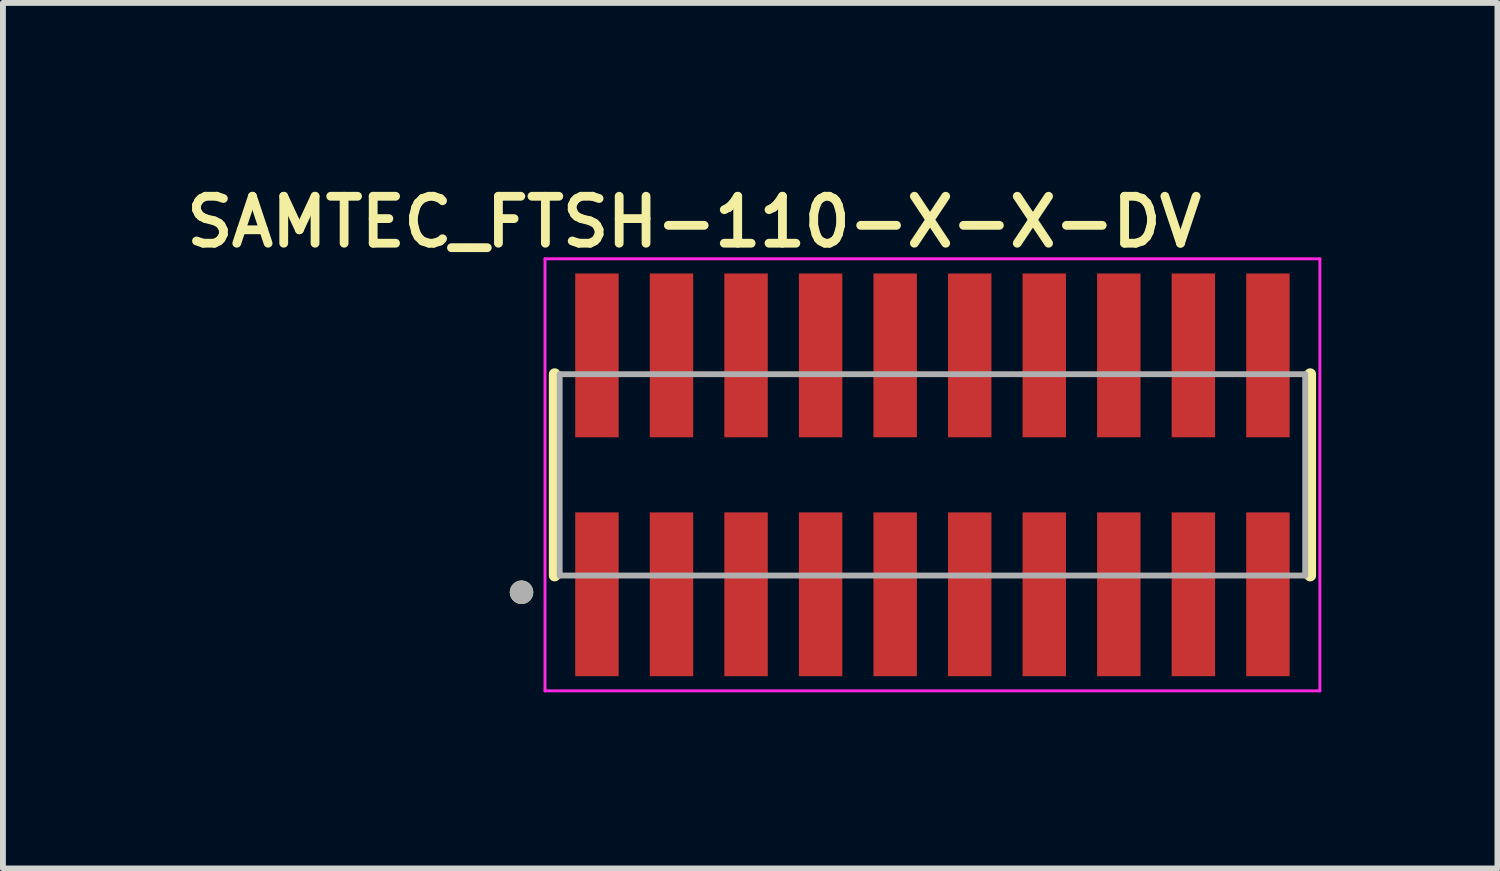
<source format=kicad_pcb>
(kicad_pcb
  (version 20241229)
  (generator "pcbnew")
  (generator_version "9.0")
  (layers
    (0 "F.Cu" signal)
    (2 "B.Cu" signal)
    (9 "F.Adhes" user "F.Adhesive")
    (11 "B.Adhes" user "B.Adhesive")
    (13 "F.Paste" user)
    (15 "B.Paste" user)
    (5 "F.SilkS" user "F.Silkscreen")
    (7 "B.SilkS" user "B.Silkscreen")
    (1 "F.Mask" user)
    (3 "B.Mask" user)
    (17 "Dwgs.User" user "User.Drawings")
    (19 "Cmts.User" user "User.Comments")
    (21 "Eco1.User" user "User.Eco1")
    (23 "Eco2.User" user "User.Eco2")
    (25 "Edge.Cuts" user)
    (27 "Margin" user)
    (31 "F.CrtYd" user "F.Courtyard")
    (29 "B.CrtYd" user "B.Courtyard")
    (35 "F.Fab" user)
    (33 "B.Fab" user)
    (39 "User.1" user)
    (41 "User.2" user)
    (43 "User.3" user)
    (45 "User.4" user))
  (footprint "SAMTEC_FTSH-110-X-X-DV"
    (layer "F.Cu")
    (at 12.834 5.039)
    (property "Reference" "SAMTEC_FTSH-110-X-X-DV" (at -4.06 -4.308 0) (layer "F.SilkS") (effects (font (size 0.8 0.8) (thickness 0.15))))
    (attr smd)
    (fp_line (start -6.435 -1.715) (end -6.435 1.715) (stroke (width 0.2) (type solid)) (layer "F.SilkS"))
    (fp_line (start 6.435 -1.715) (end 6.435 1.715) (stroke (width 0.2) (type solid)) (layer "F.SilkS"))
    (fp_circle (center -7 2) (end -6.9 2) (stroke (width 0.2) (type solid)) (fill no) (layer "F.SilkS"))
    (fp_line (start -6.6 -3.68) (end 6.6 -3.68) (stroke (width 0.05) (type solid)) (layer "F.CrtYd"))
    (fp_line (start -6.6 3.68) (end -6.6 -3.68) (stroke (width 0.05) (type solid)) (layer "F.CrtYd"))
    (fp_line (start 6.6 -3.68) (end 6.6 3.68) (stroke (width 0.05) (type solid)) (layer "F.CrtYd"))
    (fp_line (start 6.6 3.68) (end -6.6 3.68) (stroke (width 0.05) (type solid)) (layer "F.CrtYd"))
    (fp_line (start -6.35 -1.715) (end 6.35 -1.715) (stroke (width 0.1) (type solid)) (layer "F.Fab"))
    (fp_line (start -6.35 1.715) (end -6.35 -1.715) (stroke (width 0.1) (type solid)) (layer "F.Fab"))
    (fp_line (start 6.35 -1.715) (end 6.35 1.715) (stroke (width 0.1) (type solid)) (layer "F.Fab"))
    (fp_line (start 6.35 1.715) (end -6.35 1.715) (stroke (width 0.1) (type solid)) (layer "F.Fab"))
    (fp_circle (center -7 2) (end -6.9 2) (stroke (width 0.2) (type solid)) (fill no) (layer "F.Fab"))
    (pad "01" smd rect (at -5.715 2.035) (size 0.74 2.79) (layers "F.Cu" "F.Mask" "F.Paste"))
    (pad "02" smd rect (at -5.715 -2.035) (size 0.74 2.79) (layers "F.Cu" "F.Mask" "F.Paste"))
    (pad "03" smd rect (at -4.445 2.035) (size 0.74 2.79) (layers "F.Cu" "F.Mask" "F.Paste"))
    (pad "04" smd rect (at -4.445 -2.035) (size 0.74 2.79) (layers "F.Cu" "F.Mask" "F.Paste"))
    (pad "05" smd rect (at -3.175 2.035) (size 0.74 2.79) (layers "F.Cu" "F.Mask" "F.Paste"))
    (pad "06" smd rect (at -3.175 -2.035) (size 0.74 2.79) (layers "F.Cu" "F.Mask" "F.Paste"))
    (pad "07" smd rect (at -1.905 2.035) (size 0.74 2.79) (layers "F.Cu" "F.Mask" "F.Paste"))
    (pad "08" smd rect (at -1.905 -2.035) (size 0.74 2.79) (layers "F.Cu" "F.Mask" "F.Paste"))
    (pad "09" smd rect (at -0.635 2.035) (size 0.74 2.79) (layers "F.Cu" "F.Mask" "F.Paste"))
    (pad "10" smd rect (at -0.635 -2.035) (size 0.74 2.79) (layers "F.Cu" "F.Mask" "F.Paste"))
    (pad "11" smd rect (at 0.635 2.035) (size 0.74 2.79) (layers "F.Cu" "F.Mask" "F.Paste"))
    (pad "12" smd rect (at 0.635 -2.035) (size 0.74 2.79) (layers "F.Cu" "F.Mask" "F.Paste"))
    (pad "13" smd rect (at 1.905 2.035) (size 0.74 2.79) (layers "F.Cu" "F.Mask" "F.Paste"))
    (pad "14" smd rect (at 1.905 -2.035) (size 0.74 2.79) (layers "F.Cu" "F.Mask" "F.Paste"))
    (pad "15" smd rect (at 3.175 2.035) (size 0.74 2.79) (layers "F.Cu" "F.Mask" "F.Paste"))
    (pad "16" smd rect (at 3.175 -2.035) (size 0.74 2.79) (layers "F.Cu" "F.Mask" "F.Paste"))
    (pad "17" smd rect (at 4.445 2.035) (size 0.74 2.79) (layers "F.Cu" "F.Mask" "F.Paste"))
    (pad "18" smd rect (at 4.445 -2.035) (size 0.74 2.79) (layers "F.Cu" "F.Mask" "F.Paste"))
    (pad "19" smd rect (at 5.715 2.035) (size 0.74 2.79) (layers "F.Cu" "F.Mask" "F.Paste"))
    (pad "20" smd rect (at 5.715 -2.035) (size 0.74 2.79) (layers "F.Cu" "F.Mask" "F.Paste")))
  (gr_rect
    (start -3 -3)
    (end 22.459 11.744)
    (stroke (width 0.1) (type default))
    (fill no)
    (layer "Edge.Cuts")))
</source>
